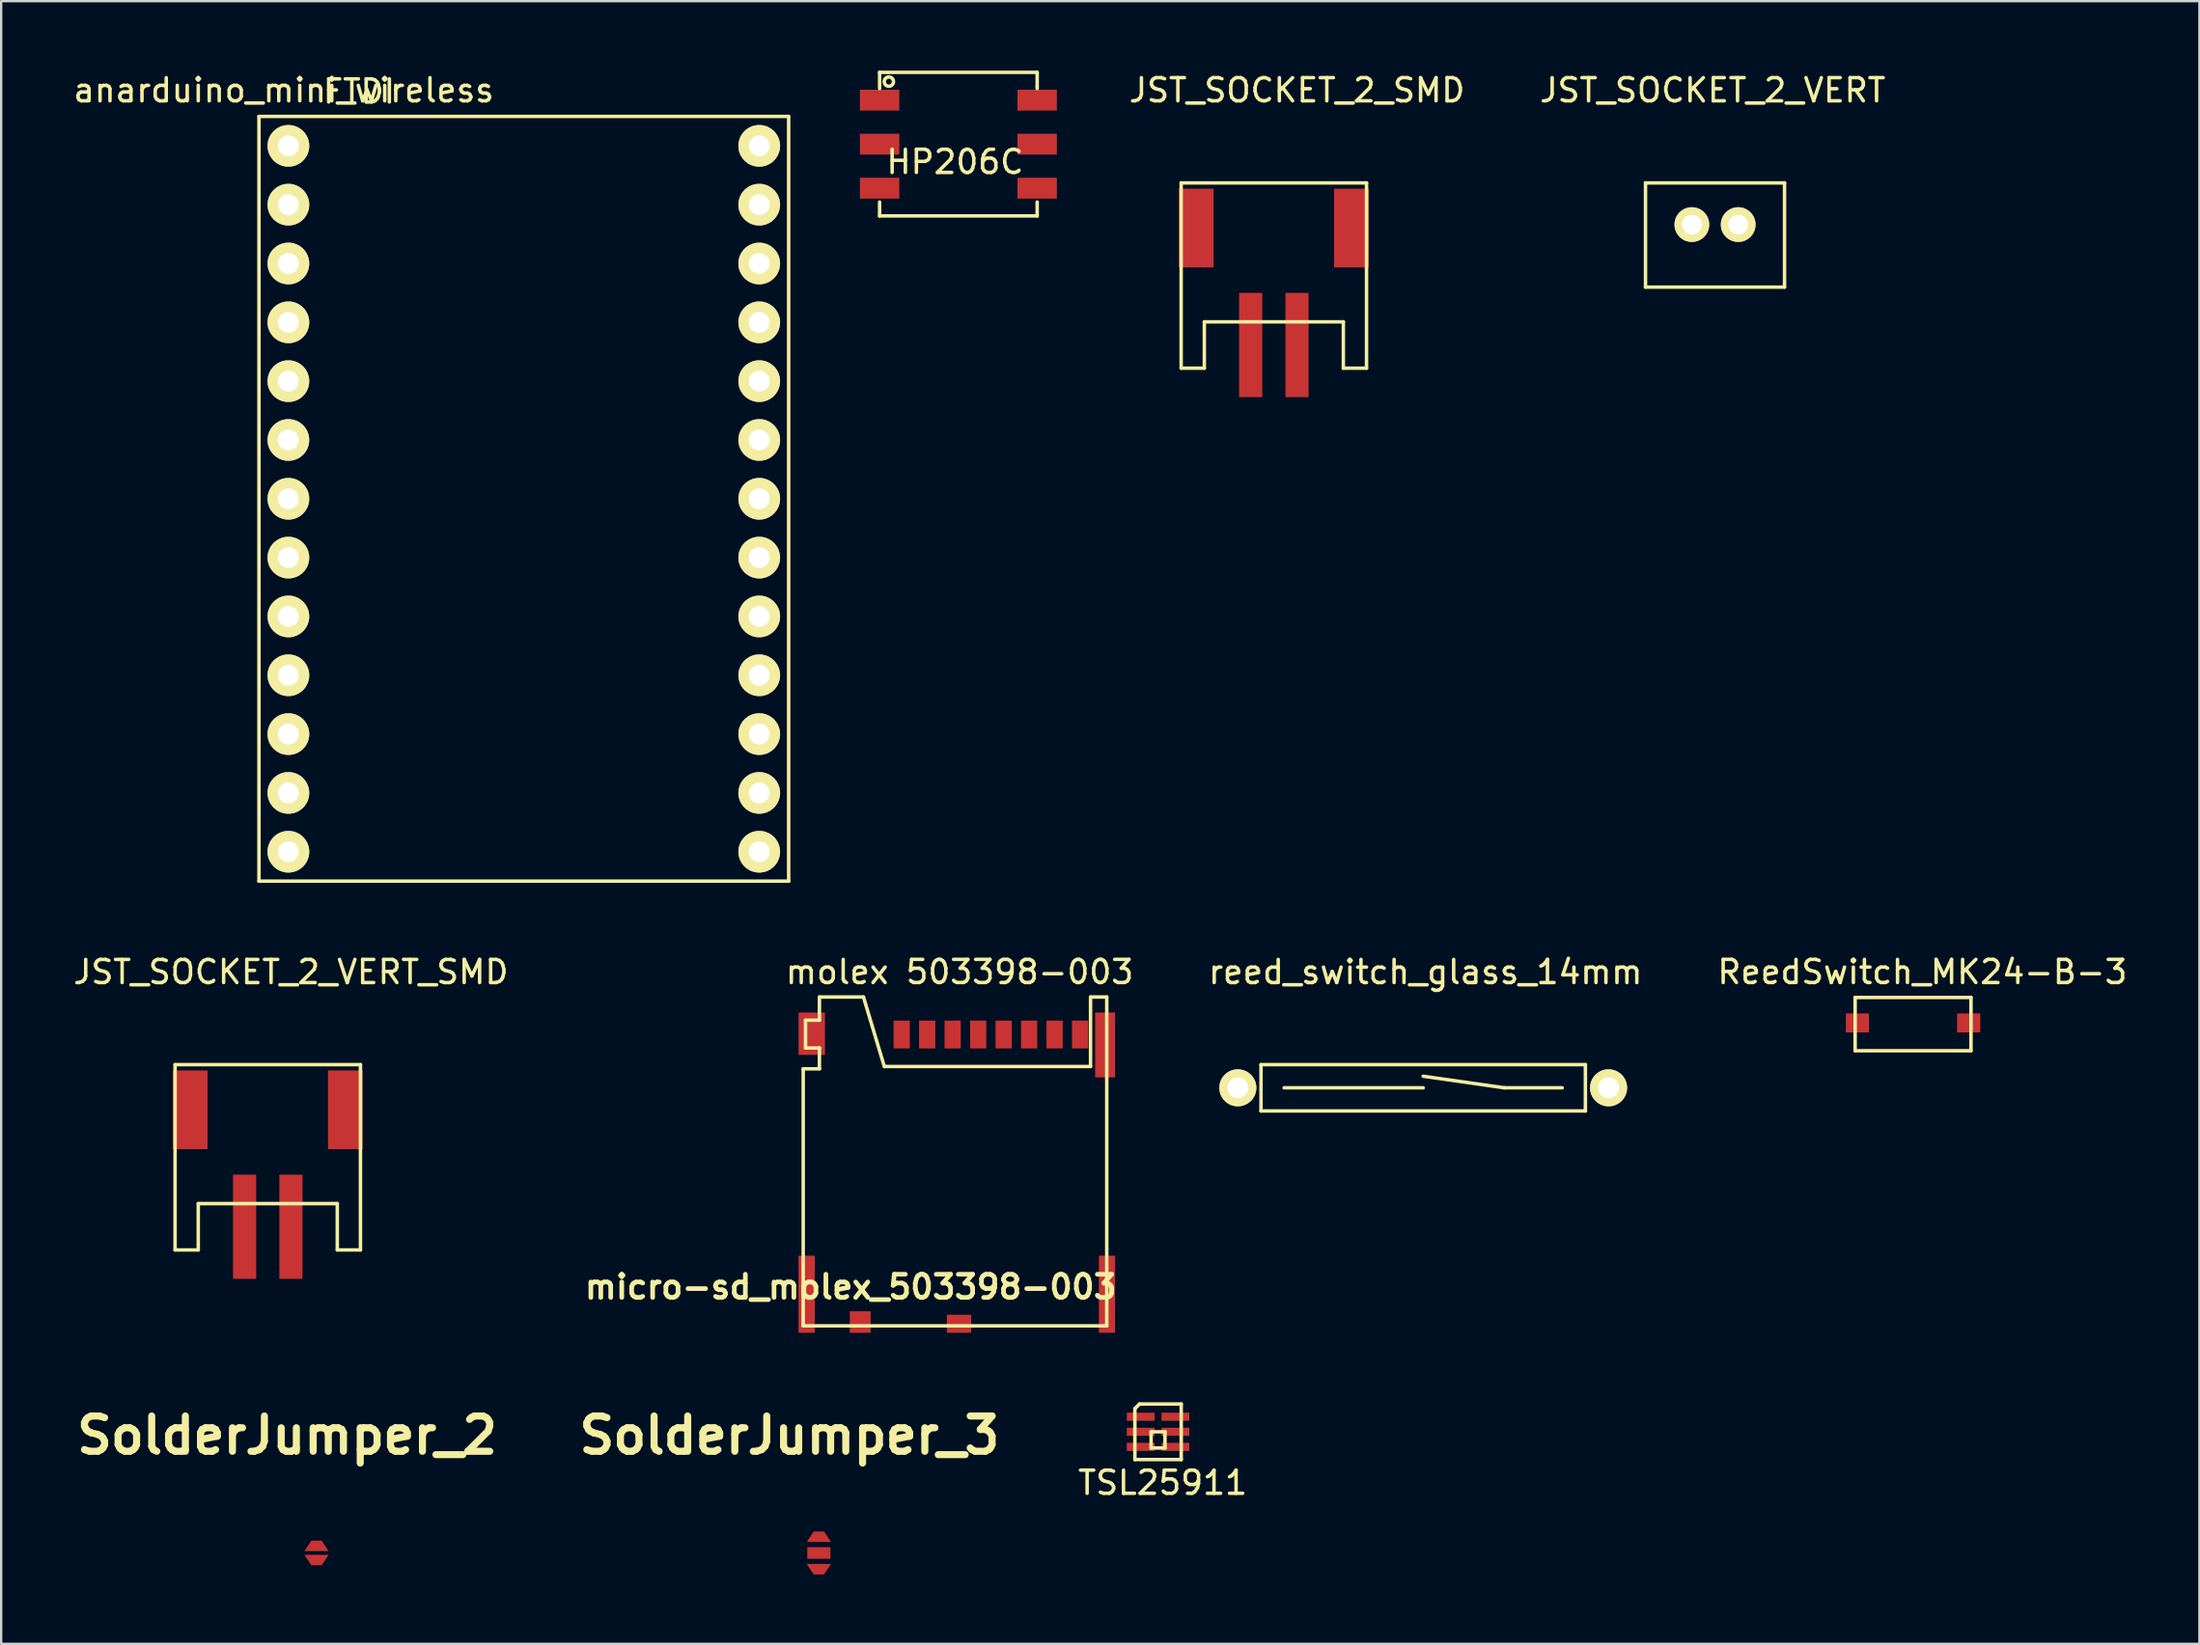
<source format=kicad_pcb>
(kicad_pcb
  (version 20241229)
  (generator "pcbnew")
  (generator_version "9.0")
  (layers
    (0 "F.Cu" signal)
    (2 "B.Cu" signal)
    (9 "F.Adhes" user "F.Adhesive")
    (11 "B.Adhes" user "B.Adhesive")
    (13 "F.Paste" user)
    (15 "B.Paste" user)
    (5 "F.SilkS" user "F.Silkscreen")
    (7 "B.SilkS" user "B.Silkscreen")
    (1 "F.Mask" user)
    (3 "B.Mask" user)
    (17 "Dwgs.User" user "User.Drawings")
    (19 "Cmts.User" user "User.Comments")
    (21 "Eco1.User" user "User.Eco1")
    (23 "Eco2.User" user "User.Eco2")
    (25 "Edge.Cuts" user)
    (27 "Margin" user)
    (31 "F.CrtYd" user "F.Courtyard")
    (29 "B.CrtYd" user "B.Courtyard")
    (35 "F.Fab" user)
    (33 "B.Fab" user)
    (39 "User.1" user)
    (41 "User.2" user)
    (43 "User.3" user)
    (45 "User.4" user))
  (footprint "JST_SOCKET_2_SMD"
    (layer "F.Cu")
    (at 50.925 11.848)
    (property "Reference" "JST_SOCKET_2_SMD" (at 2 -11 0) (layer "F.SilkS") (effects (font (size 1 1) (thickness 0.15))))
    (attr through_hole)
    (fp_line (start -3 -7) (end 5 -7) (stroke (width 0.15) (type solid)) (layer "F.SilkS"))
    (fp_line (start -3 1) (end -3 -7) (stroke (width 0.15) (type solid)) (layer "F.SilkS"))
    (fp_line (start -2 -1) (end -2 1) (stroke (width 0.15) (type solid)) (layer "F.SilkS"))
    (fp_line (start -2 1) (end -3 1) (stroke (width 0.15) (type solid)) (layer "F.SilkS"))
    (fp_line (start 4 -1) (end -2 -1) (stroke (width 0.15) (type solid)) (layer "F.SilkS"))
    (fp_line (start 4 1) (end 4 -1) (stroke (width 0.15) (type solid)) (layer "F.SilkS"))
    (fp_line (start 5 -7) (end 5 1) (stroke (width 0.15) (type solid)) (layer "F.SilkS"))
    (fp_line (start 5 1) (end 4 1) (stroke (width 0.15) (type solid)) (layer "F.SilkS"))
    (pad "" smd rect (at -2.35 -5.05) (size 1.5 3.4) (layers "F.Cu" "F.Mask" "F.Paste"))
    (pad "" smd rect (at 4.35 -5.05) (size 1.5 3.4) (layers "F.Cu" "F.Mask" "F.Paste"))
    (pad "1" smd rect (at 0 0) (size 1 4.5) (layers "F.Cu" "F.Mask" "F.Paste"))
    (pad "2" smd rect (at 2 0) (size 1 4.5) (layers "F.Cu" "F.Mask" "F.Paste")))
  (footprint "SolderJumper_3"
    (layer "F.Cu")
    (at 32.29 64.008)
    (property "Reference" "SolderJumper_3" (at -1.27 -5.08 0) (layer "F.SilkS") (effects (font (size 1.524 1.524) (thickness 0.305))))
    (attr through_hole)
    (fp_line (start -0.356 -0.4) (end 0.356 -0.4) (stroke (width 0.381) (type solid)) (layer "F.Mask"))
    (fp_line (start -0.356 0.4) (end 0.356 0.4) (stroke (width 0.381) (type solid)) (layer "F.Mask"))
    (pad "1" smd trapezoid (at 0 -0.7) (size 0.749 0.45) (rect_delta 0 0.3) (layers "F.Cu" "F.Mask" "F.Paste"))
    (pad "2" smd rect (at 0 0) (size 1 0.5) (layers "F.Cu" "F.Mask" "F.Paste"))
    (pad "3" smd trapezoid (at 0 0.7) (size 0.749 0.45) (rect_delta 0 -0.3) (layers "F.Cu" "F.Mask" "F.Paste")))
  (footprint "ReedSwitch_MK24-B-3"
    (layer "F.Cu")
    (at 79.512 41.121)
    (property "Reference" "ReedSwitch_MK24-B-3" (at 0.4 -2.2 0) (layer "F.SilkS") (effects (font (size 1 1) (thickness 0.15))))
    (attr through_hole)
    (fp_line (start -2.5 -1.1) (end 2.5 -1.1) (stroke (width 0.15) (type solid)) (layer "F.SilkS"))
    (fp_line (start -2.5 1.2) (end -2.5 -1.1) (stroke (width 0.15) (type solid)) (layer "F.SilkS"))
    (fp_line (start 2.5 -1.1) (end 2.5 1.2) (stroke (width 0.15) (type solid)) (layer "F.SilkS"))
    (fp_line (start 2.5 1.2) (end -2.5 1.2) (stroke (width 0.15) (type solid)) (layer "F.SilkS"))
    (pad "1" smd rect (at -2.4 0) (size 1 0.82) (layers "F.Cu" "F.Mask" "F.Paste"))
    (pad "2" smd rect (at 2.4 0) (size 1 0.82) (layers "F.Cu" "F.Mask" "F.Paste")))
  (footprint "TSL25911"
    (layer "F.Cu")
    (at 46.928 58.776)
    (property "Reference" "TSL25911" (at 0.2 2.2 0) (layer "F.SilkS") (effects (font (size 1 1) (thickness 0.15))))
    (attr through_hole)
    (fp_line (start -1 1.2) (end -1 -1) (stroke (width 0.15) (type solid)) (layer "F.SilkS"))
    (fp_line (start -0.8 -1.2) (end -1 -1) (stroke (width 0.15) (type solid)) (layer "F.SilkS"))
    (fp_line (start -0.8 -1.2) (end 1 -1.2) (stroke (width 0.15) (type solid)) (layer "F.SilkS"))
    (fp_line (start -0.3 0) (end 0.3 0) (stroke (width 0.15) (type solid)) (layer "F.SilkS"))
    (fp_line (start -0.3 0.7) (end -0.3 0) (stroke (width 0.15) (type solid)) (layer "F.SilkS"))
    (fp_line (start 0.3 0) (end 0.3 0.7) (stroke (width 0.15) (type solid)) (layer "F.SilkS"))
    (fp_line (start 0.3 0.7) (end -0.3 0.7) (stroke (width 0.15) (type solid)) (layer "F.SilkS"))
    (fp_line (start 1 -1.2) (end 1 1.2) (stroke (width 0.15) (type solid)) (layer "F.SilkS"))
    (fp_line (start 1 1.2) (end -1 1.2) (stroke (width 0.15) (type solid)) (layer "F.SilkS"))
    (pad "1" smd rect (at -0.75 -0.65) (size 1.2 0.35) (layers "F.Cu" "F.Mask" "F.Paste"))
    (pad "2" smd rect (at -0.75 0) (size 1.2 0.35) (layers "F.Cu" "F.Mask" "F.Paste"))
    (pad "3" smd rect (at -0.75 0.65) (size 1.2 0.35) (layers "F.Cu" "F.Mask" "F.Paste"))
    (pad "4" smd rect (at 0.75 0.65) (size 1.2 0.35) (layers "F.Cu" "F.Mask" "F.Paste"))
    (pad "5" smd rect (at 0.75 0) (size 1.2 0.35) (layers "F.Cu" "F.Mask" "F.Paste"))
    (pad "6" smd rect (at 0.75 -0.65) (size 1.2 0.35) (layers "F.Cu" "F.Mask" "F.Paste")))
  (footprint "anarduino_mini_wireless"
    (layer "F.Cu")
    (at 9.396 3.248)
    (property "Reference" "anarduino_mini_wireless" (at -0.2 -2.4 0) (layer "F.SilkS") (effects (font (size 1 1) (thickness 0.15))))
    (attr through_hole)
    (fp_line (start -1.27 -1.27) (end 21.59 -1.27) (stroke (width 0.15) (type solid)) (layer "F.SilkS"))
    (fp_line (start -1.27 31.75) (end -1.27 -1.27) (stroke (width 0.15) (type solid)) (layer "F.SilkS"))
    (fp_line (start 21.59 -1.27) (end 21.59 31.75) (stroke (width 0.15) (type solid)) (layer "F.SilkS"))
    (fp_line (start 21.59 31.75) (end -1.27 31.75) (stroke (width 0.15) (type solid)) (layer "F.SilkS"))
    (fp_circle (center 15.24 30.48) (end 15.24 29.21) (stroke (width 0.15) (type solid)) (fill no) (layer "Eco2.User"))
    (fp_text user "FTDI" (at 3.048 -2.349 0) (layer "F.SilkS") (effects (font (size 1 1) (thickness 0.15))))
    (pad "1A" thru_hole circle (at 0 0) (size 1.8 1.8) (drill 0.9) (layers "*.Cu" "*.Mask" "F.SilkS"))
    (pad "1B" thru_hole circle (at 20.32 0) (size 1.8 1.8) (drill 0.9) (layers "*.Cu" "*.Mask" "F.SilkS"))
    (pad "2A" thru_hole circle (at 0 2.54) (size 1.8 1.8) (drill 0.9) (layers "*.Cu" "*.Mask" "F.SilkS"))
    (pad "2B" thru_hole circle (at 20.32 2.54) (size 1.8 1.8) (drill 0.9) (layers "*.Cu" "*.Mask" "F.SilkS"))
    (pad "3A" thru_hole circle (at 0 5.08) (size 1.8 1.8) (drill 0.9) (layers "*.Cu" "*.Mask" "F.SilkS"))
    (pad "3B" thru_hole circle (at 20.32 5.08) (size 1.8 1.8) (drill 0.9) (layers "*.Cu" "*.Mask" "F.SilkS"))
    (pad "4A" thru_hole circle (at 0 7.62) (size 1.8 1.8) (drill 0.9) (layers "*.Cu" "*.Mask" "F.SilkS"))
    (pad "4B" thru_hole circle (at 20.32 7.62) (size 1.8 1.8) (drill 0.9) (layers "*.Cu" "*.Mask" "F.SilkS"))
    (pad "5A" thru_hole circle (at 0 10.16) (size 1.8 1.8) (drill 0.9) (layers "*.Cu" "*.Mask" "F.SilkS"))
    (pad "5B" thru_hole circle (at 20.32 10.16) (size 1.8 1.8) (drill 0.9) (layers "*.Cu" "*.Mask" "F.SilkS"))
    (pad "6A" thru_hole circle (at 0 12.7) (size 1.8 1.8) (drill 0.9) (layers "*.Cu" "*.Mask" "F.SilkS"))
    (pad "6B" thru_hole circle (at 20.32 12.7) (size 1.8 1.8) (drill 0.9) (layers "*.Cu" "*.Mask" "F.SilkS"))
    (pad "7A" thru_hole circle (at 0 15.24) (size 1.8 1.8) (drill 0.9) (layers "*.Cu" "*.Mask" "F.SilkS"))
    (pad "7B" thru_hole circle (at 20.32 15.24) (size 1.8 1.8) (drill 0.9) (layers "*.Cu" "*.Mask" "F.SilkS"))
    (pad "8A" thru_hole circle (at 0 17.78) (size 1.8 1.8) (drill 0.9) (layers "*.Cu" "*.Mask" "F.SilkS"))
    (pad "8B" thru_hole circle (at 20.32 17.78) (size 1.8 1.8) (drill 0.9) (layers "*.Cu" "*.Mask" "F.SilkS"))
    (pad "9A" thru_hole circle (at 0 20.32) (size 1.8 1.8) (drill 0.9) (layers "*.Cu" "*.Mask" "F.SilkS"))
    (pad "9B" thru_hole circle (at 20.32 20.32) (size 1.8 1.8) (drill 0.9) (layers "*.Cu" "*.Mask" "F.SilkS"))
    (pad "10A" thru_hole circle (at 0 22.86) (size 1.8 1.8) (drill 0.9) (layers "*.Cu" "*.Mask" "F.SilkS"))
    (pad "10B" thru_hole circle (at 20.32 22.86) (size 1.8 1.8) (drill 0.9) (layers "*.Cu" "*.Mask" "F.SilkS"))
    (pad "11A" thru_hole circle (at 0 25.4) (size 1.8 1.8) (drill 0.9) (layers "*.Cu" "*.Mask" "F.SilkS"))
    (pad "11B" thru_hole circle (at 20.32 25.4) (size 1.8 1.8) (drill 0.9) (layers "*.Cu" "*.Mask" "F.SilkS"))
    (pad "12A" thru_hole circle (at 0 27.94) (size 1.8 1.8) (drill 0.9) (layers "*.Cu" "*.Mask" "F.SilkS"))
    (pad "12B" thru_hole circle (at 20.32 27.94) (size 1.8 1.8) (drill 0.9) (layers "*.Cu" "*.Mask" "F.SilkS"))
    (pad "13A" thru_hole circle (at 0 30.48) (size 1.8 1.8) (drill 0.9) (layers "*.Cu" "*.Mask" "F.SilkS"))
    (pad "13B" thru_hole circle (at 20.32 30.48) (size 1.8 1.8) (drill 0.9) (layers "*.Cu" "*.Mask" "F.SilkS")))
  (footprint "micro-sd_molex_503398-003"
    (layer "F.Cu")
    (at 35.864 41.621)
    (property "Reference" "micro-sd_molex_503398-003" (at -2.2 10.9 0) (layer "F.SilkS") (effects (font (size 1 1) (thickness 0.2))))
    (attr through_hole)
    (fp_line (start -4.25 1.48) (end -3.55 1.48) (stroke (width 0.15) (type solid)) (layer "F.SilkS"))
    (fp_line (start -4.25 12.58) (end -4.25 1.48) (stroke (width 0.15) (type solid)) (layer "F.SilkS"))
    (fp_line (start -4.15 -0.62) (end -3.55 -0.62) (stroke (width 0.15) (type solid)) (layer "F.SilkS"))
    (fp_line (start -4.15 0.58) (end -4.15 -0.62) (stroke (width 0.15) (type solid)) (layer "F.SilkS"))
    (fp_line (start -3.55 -1.62) (end -1.65 -1.62) (stroke (width 0.15) (type solid)) (layer "F.SilkS"))
    (fp_line (start -3.55 -0.62) (end -3.55 -1.62) (stroke (width 0.15) (type solid)) (layer "F.SilkS"))
    (fp_line (start -3.55 0.58) (end -4.15 0.58) (stroke (width 0.15) (type solid)) (layer "F.SilkS"))
    (fp_line (start -3.55 1.48) (end -3.55 0.58) (stroke (width 0.15) (type solid)) (layer "F.SilkS"))
    (fp_line (start -1.65 -1.62) (end -0.75 1.38) (stroke (width 0.15) (type solid)) (layer "F.SilkS"))
    (fp_line (start -0.75 1.38) (end 8.15 1.38) (stroke (width 0.15) (type solid)) (layer "F.SilkS"))
    (fp_line (start 8.15 -1.62) (end 8.85 -1.62) (stroke (width 0.15) (type solid)) (layer "F.SilkS"))
    (fp_line (start 8.15 1.38) (end 8.15 -1.62) (stroke (width 0.15) (type solid)) (layer "F.SilkS"))
    (fp_line (start 8.85 -1.62) (end 8.85 12.58) (stroke (width 0.15) (type solid)) (layer "F.SilkS"))
    (fp_line (start 8.85 12.58) (end -4.25 12.58) (stroke (width 0.15) (type solid)) (layer "F.SilkS"))
    (fp_text user "molex 503398-003" (at 2.5 -2.7 0) (layer "F.SilkS") (effects (font (size 1 1) (thickness 0.15))))
    (pad "" smd rect (at -4.1 11.215) (size 0.7 3.33) (layers "F.Cu" "F.Mask" "F.Paste"))
    (pad "" smd rect (at -3.88 -0.035) (size 1.14 1.83) (layers "F.Cu" "F.Mask" "F.Paste"))
    (pad "" smd rect (at 8.78 0.45) (size 0.86 2.8) (layers "F.Cu" "F.Mask" "F.Paste"))
    (pad "" smd rect (at 8.86 11.215) (size 0.7 3.33) (layers "F.Cu" "F.Mask" "F.Paste"))
    (pad "1" smd rect (at 0 0) (size 0.7 1.2) (layers "F.Cu" "F.Mask" "F.Paste"))
    (pad "2" smd rect (at 1.1 0) (size 0.7 1.2) (layers "F.Cu" "F.Mask" "F.Paste"))
    (pad "3" smd rect (at 2.2 0) (size 0.7 1.2) (layers "F.Cu" "F.Mask" "F.Paste"))
    (pad "4" smd rect (at 3.3 0) (size 0.7 1.2) (layers "F.Cu" "F.Mask" "F.Paste"))
    (pad "5" smd rect (at 4.4 0) (size 0.7 1.2) (layers "F.Cu" "F.Mask" "F.Paste"))
    (pad "6" smd rect (at 5.5 0) (size 0.7 1.2) (layers "F.Cu" "F.Mask" "F.Paste"))
    (pad "7" smd rect (at 6.6 0) (size 0.7 1.2) (layers "F.Cu" "F.Mask" "F.Paste"))
    (pad "8" smd rect (at 7.7 0) (size 0.7 1.2) (layers "F.Cu" "F.Mask" "F.Paste"))
    (pad "CD1" smd rect (at -1.79 12.415) (size 0.9 0.93) (layers "F.Cu" "F.Mask" "F.Paste"))
    (pad "CD2" smd rect (at 2.475 12.49) (size 1.05 0.78) (layers "F.Cu" "F.Mask" "F.Paste")))
  (footprint "HP206C"
    (layer "F.Cu")
    (at 34.911 1.275)
    (property "Reference" "HP206C" (at 3.255 2.665 0) (layer "F.SilkS") (effects (font (size 1 1) (thickness 0.15))))
    (attr through_hole)
    (fp_line (start 0 -1.2) (end 6.8 -1.2) (stroke (width 0.15) (type solid)) (layer "F.SilkS"))
    (fp_line (start 0 -0.5) (end 0 -1.2) (stroke (width 0.15) (type solid)) (layer "F.SilkS"))
    (fp_line (start 0 4.4) (end 0 5) (stroke (width 0.15) (type solid)) (layer "F.SilkS"))
    (fp_line (start 0 5) (end 6.8 5) (stroke (width 0.15) (type solid)) (layer "F.SilkS"))
    (fp_line (start 6.8 -1.2) (end 6.8 -0.6) (stroke (width 0.15) (type solid)) (layer "F.SilkS"))
    (fp_line (start 6.8 -0.6) (end 6.8 -0.5) (stroke (width 0.15) (type solid)) (layer "F.SilkS"))
    (fp_line (start 6.8 5) (end 6.8 4.4) (stroke (width 0.15) (type solid)) (layer "F.SilkS"))
    (fp_circle (center 0.4 -0.8) (end 0.6 -0.8) (stroke (width 0.15) (type solid)) (fill no) (layer "F.SilkS"))
    (pad "1" smd rect (at 0 0) (size 1.7 0.9) (layers "F.Cu" "F.Mask" "F.Paste"))
    (pad "2" smd rect (at 0 1.9) (size 1.7 0.9) (layers "F.Cu" "F.Mask" "F.Paste"))
    (pad "3" smd rect (at 0 3.8) (size 1.7 0.9) (layers "F.Cu" "F.Mask" "F.Paste"))
    (pad "4" smd rect (at 6.8 3.8) (size 1.7 0.9) (layers "F.Cu" "F.Mask" "F.Paste"))
    (pad "5" smd rect (at 6.8 1.9) (size 1.7 0.9) (layers "F.Cu" "F.Mask" "F.Paste"))
    (pad "6" smd rect (at 6.8 0) (size 1.7 0.9) (layers "F.Cu" "F.Mask" "F.Paste")))
  (footprint "SolderJumper_2"
    (layer "F.Cu")
    (at 10.61 64.008)
    (property "Reference" "SolderJumper_2" (at -1.27 -5.08 0) (layer "F.SilkS") (effects (font (size 1.524 1.524) (thickness 0.305))))
    (attr through_hole)
    (fp_line (start -0.356 0) (end 0.356 0) (stroke (width 0.381) (type solid)) (layer "F.Mask"))
    (pad "1" smd trapezoid (at 0 -0.305) (size 0.749 0.45) (rect_delta 0 0.3) (layers "F.Cu" "F.Mask" "F.Paste"))
    (pad "2" smd trapezoid (at 0 0.305) (size 0.749 0.45) (rect_delta 0 -0.3) (layers "F.Cu" "F.Mask" "F.Paste")))
  (footprint "JST_SOCKET_2_VERT"
    (layer "F.Cu")
    (at 69.965 6.648)
    (property "Reference" "JST_SOCKET_2_VERT" (at 0.9 -5.8 0) (layer "F.SilkS") (effects (font (size 1 1) (thickness 0.15))))
    (attr through_hole)
    (fp_line (start -2 -1.8) (end 4 -1.8) (stroke (width 0.15) (type solid)) (layer "F.SilkS"))
    (fp_line (start -2 2.7) (end -2 -1.8) (stroke (width 0.15) (type solid)) (layer "F.SilkS"))
    (fp_line (start 4 -1.8) (end 4 2.7) (stroke (width 0.15) (type solid)) (layer "F.SilkS"))
    (fp_line (start 4 2.7) (end -2 2.7) (stroke (width 0.15) (type solid)) (layer "F.SilkS"))
    (pad "1" thru_hole circle (at 0 0) (size 1.5 1.5) (drill 0.85) (layers "*.Cu" "*.Mask" "F.SilkS"))
    (pad "2" thru_hole circle (at 2 0) (size 1.5 1.5) (drill 0.85) (layers "*.Cu" "*.Mask" "F.SilkS")))
  (footprint "JST_SOCKET_2_VERT_SMD"
    (layer "F.Cu")
    (at 7.506 49.922)
    (property "Reference" "JST_SOCKET_2_VERT_SMD" (at 2 -11 0) (layer "F.SilkS") (effects (font (size 1 1) (thickness 0.15))))
    (attr through_hole)
    (fp_line (start -3 -7) (end 5 -7) (stroke (width 0.15) (type solid)) (layer "F.SilkS"))
    (fp_line (start -3 1) (end -3 -7) (stroke (width 0.15) (type solid)) (layer "F.SilkS"))
    (fp_line (start -2 -1) (end -2 1) (stroke (width 0.15) (type solid)) (layer "F.SilkS"))
    (fp_line (start -2 1) (end -3 1) (stroke (width 0.15) (type solid)) (layer "F.SilkS"))
    (fp_line (start 4 -1) (end -2 -1) (stroke (width 0.15) (type solid)) (layer "F.SilkS"))
    (fp_line (start 4 1) (end 4 -1) (stroke (width 0.15) (type solid)) (layer "F.SilkS"))
    (fp_line (start 5 -7) (end 5 1) (stroke (width 0.15) (type solid)) (layer "F.SilkS"))
    (fp_line (start 5 1) (end 4 1) (stroke (width 0.15) (type solid)) (layer "F.SilkS"))
    (pad "" smd rect (at -2.35 -5.05) (size 1.5 3.4) (layers "F.Cu" "F.Mask" "F.Paste"))
    (pad "" smd rect (at 4.35 -5.05) (size 1.5 3.4) (layers "F.Cu" "F.Mask" "F.Paste"))
    (pad "1" smd rect (at 0 0) (size 1 4.5) (layers "F.Cu" "F.Mask" "F.Paste"))
    (pad "2" smd rect (at 2 0) (size 1 4.5) (layers "F.Cu" "F.Mask" "F.Paste")))
  (footprint "reed_switch_glass_14mm"
    (layer "F.Cu")
    (at 58.371 43.922)
    (property "Reference" "reed_switch_glass_14mm" (at 0.1 -5 0) (layer "F.SilkS") (effects (font (size 1 1) (thickness 0.15))))
    (attr through_hole)
    (fp_line (start -7 -1) (end -7 1) (stroke (width 0.15) (type solid)) (layer "F.SilkS"))
    (fp_line (start -7 1) (end 7 1) (stroke (width 0.15) (type solid)) (layer "F.SilkS"))
    (fp_line (start -6 0) (end 0 0) (stroke (width 0.15) (type solid)) (layer "F.SilkS"))
    (fp_line (start 0 -0.5) (end 3.5 0) (stroke (width 0.15) (type solid)) (layer "F.SilkS"))
    (fp_line (start 3.5 0) (end 6 0) (stroke (width 0.15) (type solid)) (layer "F.SilkS"))
    (fp_line (start 7 -1) (end -7 -1) (stroke (width 0.15) (type solid)) (layer "F.SilkS"))
    (fp_line (start 7 1) (end 7 -1) (stroke (width 0.15) (type solid)) (layer "F.SilkS"))
    (pad "1" thru_hole circle (at -8 0) (size 1.6 1.6) (drill 0.9) (layers "*.Cu" "*.Mask" "F.SilkS"))
    (pad "2" thru_hole circle (at 8 0) (size 1.6 1.6) (drill 0.9) (layers "*.Cu" "*.Mask" "F.SilkS")))
  (gr_rect
    (start -3 -3)
    (end 91.87 67.933)
    (stroke (width 0.1) (type default))
    (fill no)
    (layer "Edge.Cuts")))
</source>
